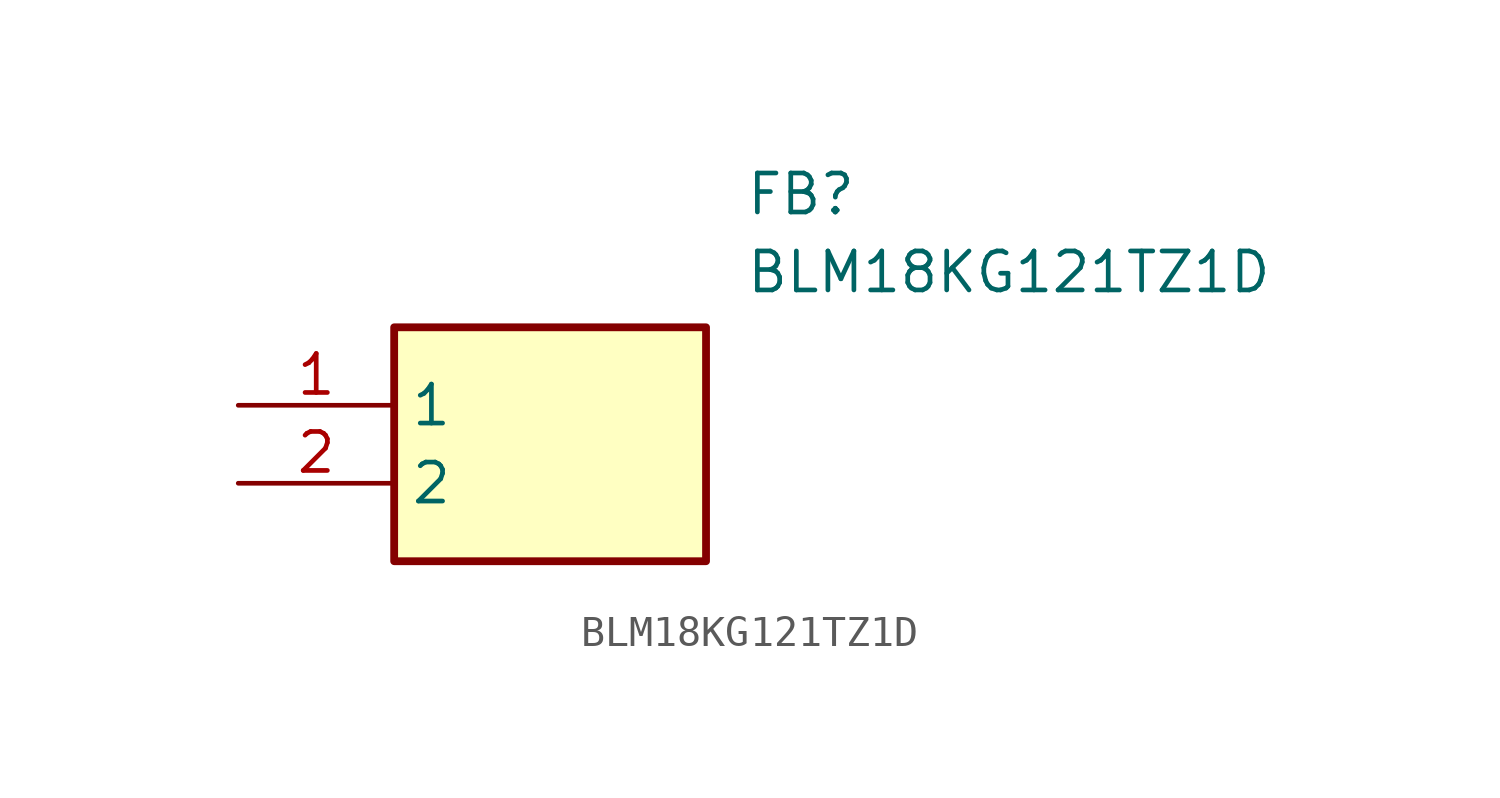
<source format=kicad_sym>
(kicad_symbol_lib
  (version 20211014)
  (generator SamacSys_ECAD_Model)
  (symbol "BLM18KG121TZ1D"
    (property "Reference" "FB"
      (at 16.51 7.62 0)
      (effects (font (size 1.27 1.27)) (justify left top)))
    (property "Value" "BLM18KG121TZ1D"
      (at 16.51 5.08 0)
      (effects (font (size 1.27 1.27)) (justify left top)))
    (rectangle
      (start 5.08 2.54)
      (end 15.24 -5.08)
      (stroke (width 0.254) (type default))
      (fill (type background)))
    (pin passive line
      (at 0 0 0)
      (length 5.08)
      (name "1" (effects (font (size 1.27 1.27))))
      (number "1" (effects (font (size 1.27 1.27)))))
    (pin passive line
      (at 0 -2.54 0)
      (length 5.08)
      (name "2" (effects (font (size 1.27 1.27))))
      (number "2" (effects (font (size 1.27 1.27)))))))
</source>
